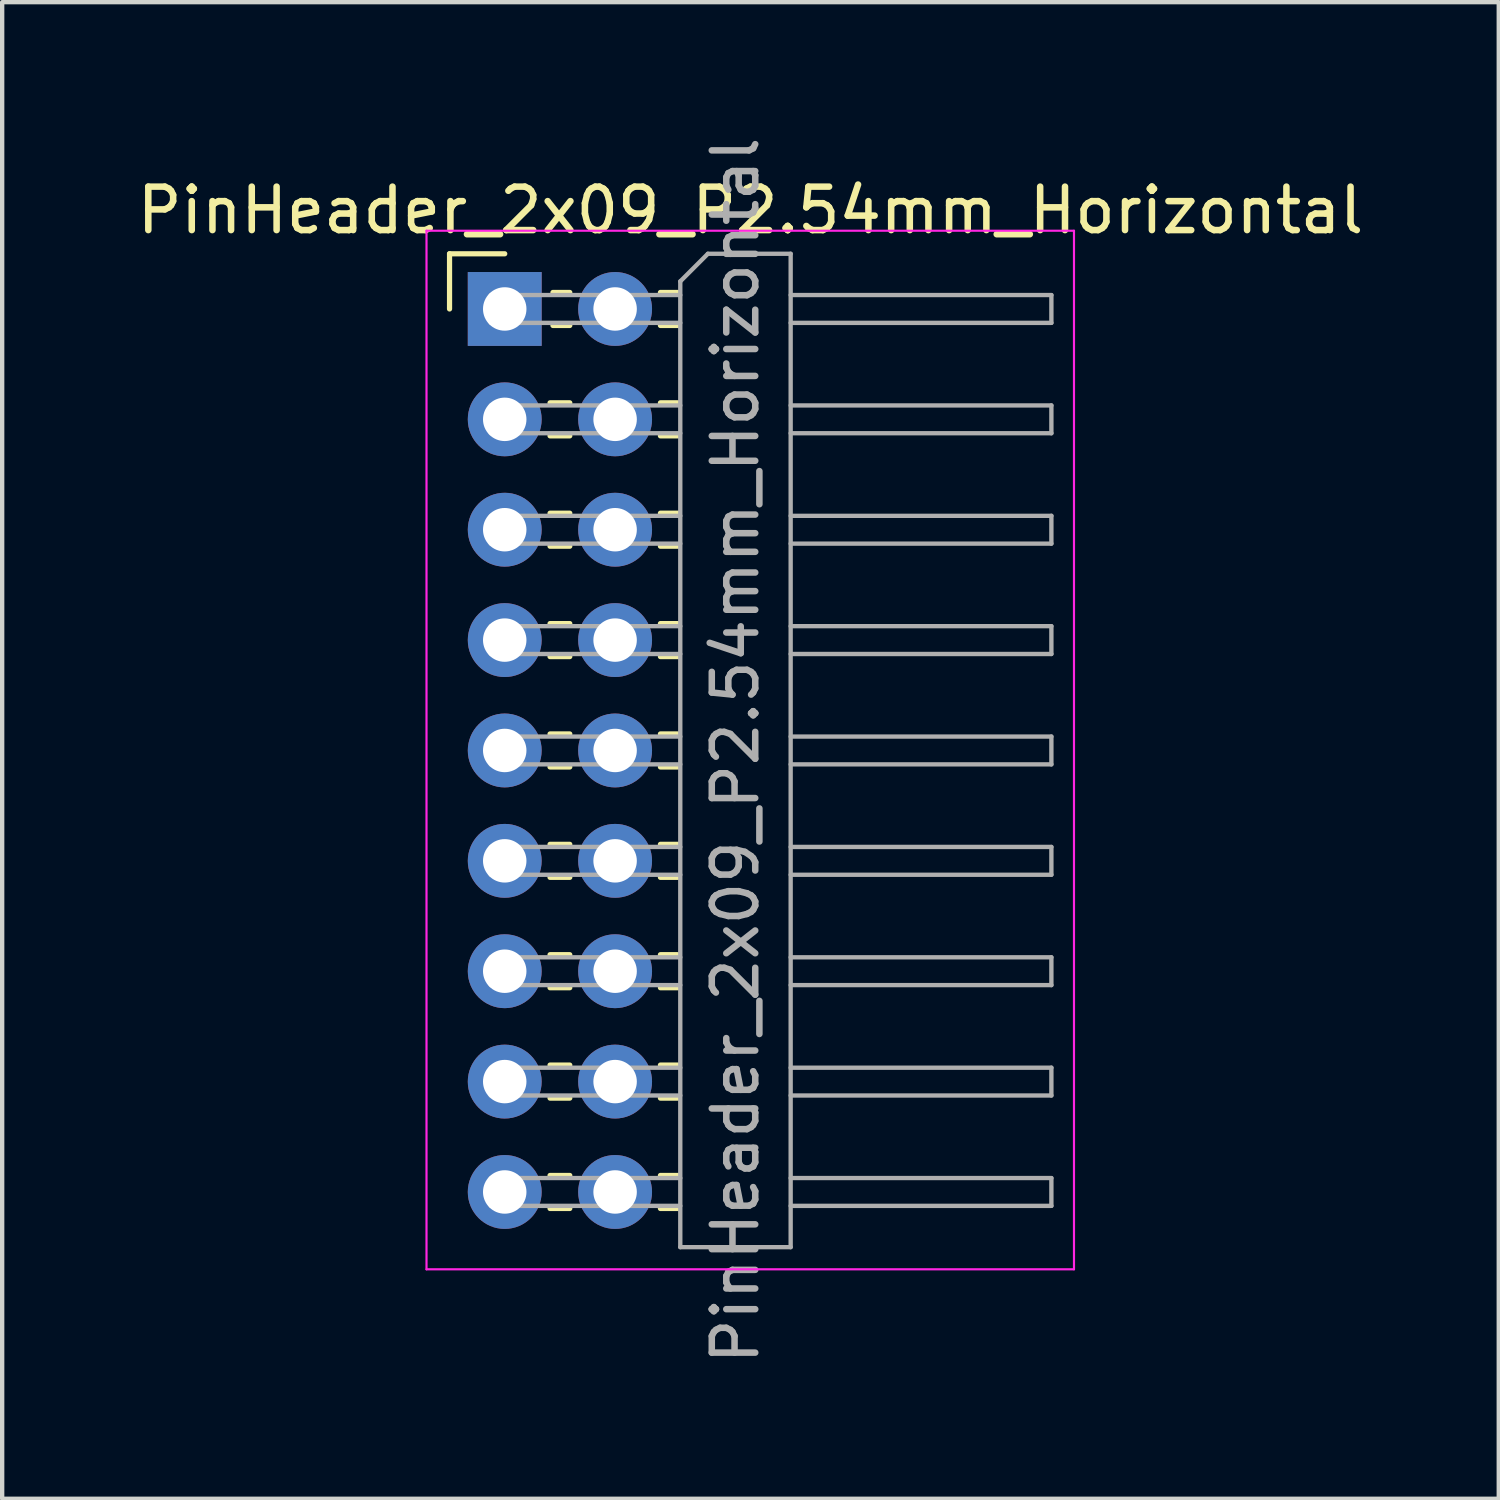
<source format=kicad_pcb>
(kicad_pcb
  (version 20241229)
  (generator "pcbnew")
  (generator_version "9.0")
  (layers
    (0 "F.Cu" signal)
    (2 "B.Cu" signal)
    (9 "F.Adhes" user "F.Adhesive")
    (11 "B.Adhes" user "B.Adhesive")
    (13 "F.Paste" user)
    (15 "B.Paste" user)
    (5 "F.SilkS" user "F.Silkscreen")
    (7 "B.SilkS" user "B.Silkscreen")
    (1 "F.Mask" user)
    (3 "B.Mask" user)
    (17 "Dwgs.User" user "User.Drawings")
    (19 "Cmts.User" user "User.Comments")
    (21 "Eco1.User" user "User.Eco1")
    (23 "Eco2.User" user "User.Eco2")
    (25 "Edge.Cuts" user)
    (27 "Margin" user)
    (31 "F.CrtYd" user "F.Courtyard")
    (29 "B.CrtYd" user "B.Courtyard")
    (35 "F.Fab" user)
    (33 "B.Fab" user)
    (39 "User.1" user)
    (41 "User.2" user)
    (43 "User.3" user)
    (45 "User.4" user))
  (footprint "PinHeader_2x09_P2.54mm_Horizontal"
    (layer "F.Cu")
    (at 8.565 4.06)
    (property "Reference" "PinHeader_2x09_P2.54mm_Horizontal" (at 5.655 -2.27 0) (layer "F.SilkS") (effects (font (size 1 1) (thickness 0.15))))
    (attr through_hole)
    (fp_line (start -1.27 -1.27) (end 0 -1.27) (stroke (width 0.12) (type solid)) (layer "F.SilkS"))
    (fp_line (start -1.27 0) (end -1.27 -1.27) (stroke (width 0.12) (type solid)) (layer "F.SilkS"))
    (fp_line (start 1.043 2.16) (end 1.497 2.16) (stroke (width 0.12) (type solid)) (layer "F.SilkS"))
    (fp_line (start 1.043 2.92) (end 1.497 2.92) (stroke (width 0.12) (type solid)) (layer "F.SilkS"))
    (fp_line (start 1.043 4.7) (end 1.497 4.7) (stroke (width 0.12) (type solid)) (layer "F.SilkS"))
    (fp_line (start 1.043 5.46) (end 1.497 5.46) (stroke (width 0.12) (type solid)) (layer "F.SilkS"))
    (fp_line (start 1.043 7.24) (end 1.497 7.24) (stroke (width 0.12) (type solid)) (layer "F.SilkS"))
    (fp_line (start 1.043 8) (end 1.497 8) (stroke (width 0.12) (type solid)) (layer "F.SilkS"))
    (fp_line (start 1.043 9.78) (end 1.497 9.78) (stroke (width 0.12) (type solid)) (layer "F.SilkS"))
    (fp_line (start 1.043 10.54) (end 1.497 10.54) (stroke (width 0.12) (type solid)) (layer "F.SilkS"))
    (fp_line (start 1.043 12.32) (end 1.497 12.32) (stroke (width 0.12) (type solid)) (layer "F.SilkS"))
    (fp_line (start 1.043 13.08) (end 1.497 13.08) (stroke (width 0.12) (type solid)) (layer "F.SilkS"))
    (fp_line (start 1.043 14.86) (end 1.497 14.86) (stroke (width 0.12) (type solid)) (layer "F.SilkS"))
    (fp_line (start 1.043 15.62) (end 1.497 15.62) (stroke (width 0.12) (type solid)) (layer "F.SilkS"))
    (fp_line (start 1.043 17.4) (end 1.497 17.4) (stroke (width 0.12) (type solid)) (layer "F.SilkS"))
    (fp_line (start 1.043 18.16) (end 1.497 18.16) (stroke (width 0.12) (type solid)) (layer "F.SilkS"))
    (fp_line (start 1.043 19.94) (end 1.497 19.94) (stroke (width 0.12) (type solid)) (layer "F.SilkS"))
    (fp_line (start 1.043 20.7) (end 1.497 20.7) (stroke (width 0.12) (type solid)) (layer "F.SilkS"))
    (fp_line (start 1.11 -0.38) (end 1.497 -0.38) (stroke (width 0.12) (type solid)) (layer "F.SilkS"))
    (fp_line (start 1.11 0.38) (end 1.497 0.38) (stroke (width 0.12) (type solid)) (layer "F.SilkS"))
    (fp_line (start 3.583 -0.38) (end 3.98 -0.38) (stroke (width 0.12) (type solid)) (layer "F.SilkS"))
    (fp_line (start 3.583 0.38) (end 3.98 0.38) (stroke (width 0.12) (type solid)) (layer "F.SilkS"))
    (fp_line (start 3.583 2.16) (end 3.98 2.16) (stroke (width 0.12) (type solid)) (layer "F.SilkS"))
    (fp_line (start 3.583 2.92) (end 3.98 2.92) (stroke (width 0.12) (type solid)) (layer "F.SilkS"))
    (fp_line (start 3.583 4.7) (end 3.98 4.7) (stroke (width 0.12) (type solid)) (layer "F.SilkS"))
    (fp_line (start 3.583 5.46) (end 3.98 5.46) (stroke (width 0.12) (type solid)) (layer "F.SilkS"))
    (fp_line (start 3.583 7.24) (end 3.98 7.24) (stroke (width 0.12) (type solid)) (layer "F.SilkS"))
    (fp_line (start 3.583 8) (end 3.98 8) (stroke (width 0.12) (type solid)) (layer "F.SilkS"))
    (fp_line (start 3.583 9.78) (end 3.98 9.78) (stroke (width 0.12) (type solid)) (layer "F.SilkS"))
    (fp_line (start 3.583 10.54) (end 3.98 10.54) (stroke (width 0.12) (type solid)) (layer "F.SilkS"))
    (fp_line (start 3.583 12.32) (end 3.98 12.32) (stroke (width 0.12) (type solid)) (layer "F.SilkS"))
    (fp_line (start 3.583 13.08) (end 3.98 13.08) (stroke (width 0.12) (type solid)) (layer "F.SilkS"))
    (fp_line (start 3.583 14.86) (end 3.98 14.86) (stroke (width 0.12) (type solid)) (layer "F.SilkS"))
    (fp_line (start 3.583 15.62) (end 3.98 15.62) (stroke (width 0.12) (type solid)) (layer "F.SilkS"))
    (fp_line (start 3.583 17.4) (end 3.98 17.4) (stroke (width 0.12) (type solid)) (layer "F.SilkS"))
    (fp_line (start 3.583 18.16) (end 3.98 18.16) (stroke (width 0.12) (type solid)) (layer "F.SilkS"))
    (fp_line (start 3.583 19.94) (end 3.98 19.94) (stroke (width 0.12) (type solid)) (layer "F.SilkS"))
    (fp_line (start 3.583 20.7) (end 3.98 20.7) (stroke (width 0.12) (type solid)) (layer "F.SilkS"))
    (fp_line (start -1.8 -1.8) (end -1.8 22.1) (stroke (width 0.05) (type solid)) (layer "F.CrtYd"))
    (fp_line (start -1.8 22.1) (end 13.1 22.1) (stroke (width 0.05) (type solid)) (layer "F.CrtYd"))
    (fp_line (start 13.1 -1.8) (end -1.8 -1.8) (stroke (width 0.05) (type solid)) (layer "F.CrtYd"))
    (fp_line (start 13.1 22.1) (end 13.1 -1.8) (stroke (width 0.05) (type solid)) (layer "F.CrtYd"))
    (fp_line (start -0.32 -0.32) (end -0.32 0.32) (stroke (width 0.1) (type solid)) (layer "F.Fab"))
    (fp_line (start -0.32 -0.32) (end 4.04 -0.32) (stroke (width 0.1) (type solid)) (layer "F.Fab"))
    (fp_line (start -0.32 0.32) (end 4.04 0.32) (stroke (width 0.1) (type solid)) (layer "F.Fab"))
    (fp_line (start -0.32 2.22) (end -0.32 2.86) (stroke (width 0.1) (type solid)) (layer "F.Fab"))
    (fp_line (start -0.32 2.22) (end 4.04 2.22) (stroke (width 0.1) (type solid)) (layer "F.Fab"))
    (fp_line (start -0.32 2.86) (end 4.04 2.86) (stroke (width 0.1) (type solid)) (layer "F.Fab"))
    (fp_line (start -0.32 4.76) (end -0.32 5.4) (stroke (width 0.1) (type solid)) (layer "F.Fab"))
    (fp_line (start -0.32 4.76) (end 4.04 4.76) (stroke (width 0.1) (type solid)) (layer "F.Fab"))
    (fp_line (start -0.32 5.4) (end 4.04 5.4) (stroke (width 0.1) (type solid)) (layer "F.Fab"))
    (fp_line (start -0.32 7.3) (end -0.32 7.94) (stroke (width 0.1) (type solid)) (layer "F.Fab"))
    (fp_line (start -0.32 7.3) (end 4.04 7.3) (stroke (width 0.1) (type solid)) (layer "F.Fab"))
    (fp_line (start -0.32 7.94) (end 4.04 7.94) (stroke (width 0.1) (type solid)) (layer "F.Fab"))
    (fp_line (start -0.32 9.84) (end -0.32 10.48) (stroke (width 0.1) (type solid)) (layer "F.Fab"))
    (fp_line (start -0.32 9.84) (end 4.04 9.84) (stroke (width 0.1) (type solid)) (layer "F.Fab"))
    (fp_line (start -0.32 10.48) (end 4.04 10.48) (stroke (width 0.1) (type solid)) (layer "F.Fab"))
    (fp_line (start -0.32 12.38) (end -0.32 13.02) (stroke (width 0.1) (type solid)) (layer "F.Fab"))
    (fp_line (start -0.32 12.38) (end 4.04 12.38) (stroke (width 0.1) (type solid)) (layer "F.Fab"))
    (fp_line (start -0.32 13.02) (end 4.04 13.02) (stroke (width 0.1) (type solid)) (layer "F.Fab"))
    (fp_line (start -0.32 14.92) (end -0.32 15.56) (stroke (width 0.1) (type solid)) (layer "F.Fab"))
    (fp_line (start -0.32 14.92) (end 4.04 14.92) (stroke (width 0.1) (type solid)) (layer "F.Fab"))
    (fp_line (start -0.32 15.56) (end 4.04 15.56) (stroke (width 0.1) (type solid)) (layer "F.Fab"))
    (fp_line (start -0.32 17.46) (end -0.32 18.1) (stroke (width 0.1) (type solid)) (layer "F.Fab"))
    (fp_line (start -0.32 17.46) (end 4.04 17.46) (stroke (width 0.1) (type solid)) (layer "F.Fab"))
    (fp_line (start -0.32 18.1) (end 4.04 18.1) (stroke (width 0.1) (type solid)) (layer "F.Fab"))
    (fp_line (start -0.32 20) (end -0.32 20.64) (stroke (width 0.1) (type solid)) (layer "F.Fab"))
    (fp_line (start -0.32 20) (end 4.04 20) (stroke (width 0.1) (type solid)) (layer "F.Fab"))
    (fp_line (start -0.32 20.64) (end 4.04 20.64) (stroke (width 0.1) (type solid)) (layer "F.Fab"))
    (fp_line (start 4.04 -0.635) (end 4.675 -1.27) (stroke (width 0.1) (type solid)) (layer "F.Fab"))
    (fp_line (start 4.04 21.59) (end 4.04 -0.635) (stroke (width 0.1) (type solid)) (layer "F.Fab"))
    (fp_line (start 4.675 -1.27) (end 6.58 -1.27) (stroke (width 0.1) (type solid)) (layer "F.Fab"))
    (fp_line (start 6.58 -1.27) (end 6.58 21.59) (stroke (width 0.1) (type solid)) (layer "F.Fab"))
    (fp_line (start 6.58 -0.32) (end 12.58 -0.32) (stroke (width 0.1) (type solid)) (layer "F.Fab"))
    (fp_line (start 6.58 0.32) (end 12.58 0.32) (stroke (width 0.1) (type solid)) (layer "F.Fab"))
    (fp_line (start 6.58 2.22) (end 12.58 2.22) (stroke (width 0.1) (type solid)) (layer "F.Fab"))
    (fp_line (start 6.58 2.86) (end 12.58 2.86) (stroke (width 0.1) (type solid)) (layer "F.Fab"))
    (fp_line (start 6.58 4.76) (end 12.58 4.76) (stroke (width 0.1) (type solid)) (layer "F.Fab"))
    (fp_line (start 6.58 5.4) (end 12.58 5.4) (stroke (width 0.1) (type solid)) (layer "F.Fab"))
    (fp_line (start 6.58 7.3) (end 12.58 7.3) (stroke (width 0.1) (type solid)) (layer "F.Fab"))
    (fp_line (start 6.58 7.94) (end 12.58 7.94) (stroke (width 0.1) (type solid)) (layer "F.Fab"))
    (fp_line (start 6.58 9.84) (end 12.58 9.84) (stroke (width 0.1) (type solid)) (layer "F.Fab"))
    (fp_line (start 6.58 10.48) (end 12.58 10.48) (stroke (width 0.1) (type solid)) (layer "F.Fab"))
    (fp_line (start 6.58 12.38) (end 12.58 12.38) (stroke (width 0.1) (type solid)) (layer "F.Fab"))
    (fp_line (start 6.58 13.02) (end 12.58 13.02) (stroke (width 0.1) (type solid)) (layer "F.Fab"))
    (fp_line (start 6.58 14.92) (end 12.58 14.92) (stroke (width 0.1) (type solid)) (layer "F.Fab"))
    (fp_line (start 6.58 15.56) (end 12.58 15.56) (stroke (width 0.1) (type solid)) (layer "F.Fab"))
    (fp_line (start 6.58 17.46) (end 12.58 17.46) (stroke (width 0.1) (type solid)) (layer "F.Fab"))
    (fp_line (start 6.58 18.1) (end 12.58 18.1) (stroke (width 0.1) (type solid)) (layer "F.Fab"))
    (fp_line (start 6.58 20) (end 12.58 20) (stroke (width 0.1) (type solid)) (layer "F.Fab"))
    (fp_line (start 6.58 20.64) (end 12.58 20.64) (stroke (width 0.1) (type solid)) (layer "F.Fab"))
    (fp_line (start 6.58 21.59) (end 4.04 21.59) (stroke (width 0.1) (type solid)) (layer "F.Fab"))
    (fp_line (start 12.58 -0.32) (end 12.58 0.32) (stroke (width 0.1) (type solid)) (layer "F.Fab"))
    (fp_line (start 12.58 2.22) (end 12.58 2.86) (stroke (width 0.1) (type solid)) (layer "F.Fab"))
    (fp_line (start 12.58 4.76) (end 12.58 5.4) (stroke (width 0.1) (type solid)) (layer "F.Fab"))
    (fp_line (start 12.58 7.3) (end 12.58 7.94) (stroke (width 0.1) (type solid)) (layer "F.Fab"))
    (fp_line (start 12.58 9.84) (end 12.58 10.48) (stroke (width 0.1) (type solid)) (layer "F.Fab"))
    (fp_line (start 12.58 12.38) (end 12.58 13.02) (stroke (width 0.1) (type solid)) (layer "F.Fab"))
    (fp_line (start 12.58 14.92) (end 12.58 15.56) (stroke (width 0.1) (type solid)) (layer "F.Fab"))
    (fp_line (start 12.58 17.46) (end 12.58 18.1) (stroke (width 0.1) (type solid)) (layer "F.Fab"))
    (fp_line (start 12.58 20) (end 12.58 20.64) (stroke (width 0.1) (type solid)) (layer "F.Fab"))
    (fp_text user "${REFERENCE}" (at 5.31 10.16 270) (layer "F.Fab") (effects (font (size 1 1) (thickness 0.15))))
    (pad "1" thru_hole rect (at 0 0) (size 1.7 1.7) (drill 1) (layers "*.Cu" "*.Mask"))
    (pad "2" thru_hole oval (at 2.54 0) (size 1.7 1.7) (drill 1) (layers "*.Cu" "*.Mask"))
    (pad "3" thru_hole oval (at 0 2.54) (size 1.7 1.7) (drill 1) (layers "*.Cu" "*.Mask"))
    (pad "4" thru_hole oval (at 2.54 2.54) (size 1.7 1.7) (drill 1) (layers "*.Cu" "*.Mask"))
    (pad "5" thru_hole oval (at 0 5.08) (size 1.7 1.7) (drill 1) (layers "*.Cu" "*.Mask"))
    (pad "6" thru_hole oval (at 2.54 5.08) (size 1.7 1.7) (drill 1) (layers "*.Cu" "*.Mask"))
    (pad "7" thru_hole oval (at 0 7.62) (size 1.7 1.7) (drill 1) (layers "*.Cu" "*.Mask"))
    (pad "8" thru_hole oval (at 2.54 7.62) (size 1.7 1.7) (drill 1) (layers "*.Cu" "*.Mask"))
    (pad "9" thru_hole oval (at 0 10.16) (size 1.7 1.7) (drill 1) (layers "*.Cu" "*.Mask"))
    (pad "10" thru_hole oval (at 2.54 10.16) (size 1.7 1.7) (drill 1) (layers "*.Cu" "*.Mask"))
    (pad "11" thru_hole oval (at 0 12.7) (size 1.7 1.7) (drill 1) (layers "*.Cu" "*.Mask"))
    (pad "12" thru_hole oval (at 2.54 12.7) (size 1.7 1.7) (drill 1) (layers "*.Cu" "*.Mask"))
    (pad "13" thru_hole oval (at 0 15.24) (size 1.7 1.7) (drill 1) (layers "*.Cu" "*.Mask"))
    (pad "14" thru_hole oval (at 2.54 15.24) (size 1.7 1.7) (drill 1) (layers "*.Cu" "*.Mask"))
    (pad "15" thru_hole oval (at 0 17.78) (size 1.7 1.7) (drill 1) (layers "*.Cu" "*.Mask"))
    (pad "16" thru_hole oval (at 2.54 17.78) (size 1.7 1.7) (drill 1) (layers "*.Cu" "*.Mask"))
    (pad "17" thru_hole oval (at 0 20.32) (size 1.7 1.7) (drill 1) (layers "*.Cu" "*.Mask"))
    (pad "18" thru_hole oval (at 2.54 20.32) (size 1.7 1.7) (drill 1) (layers "*.Cu" "*.Mask")))
  (gr_rect
    (start -3 -3)
    (end 31.44 31.44)
    (stroke (width 0.1) (type default))
    (fill no)
    (layer "Edge.Cuts")))
</source>
